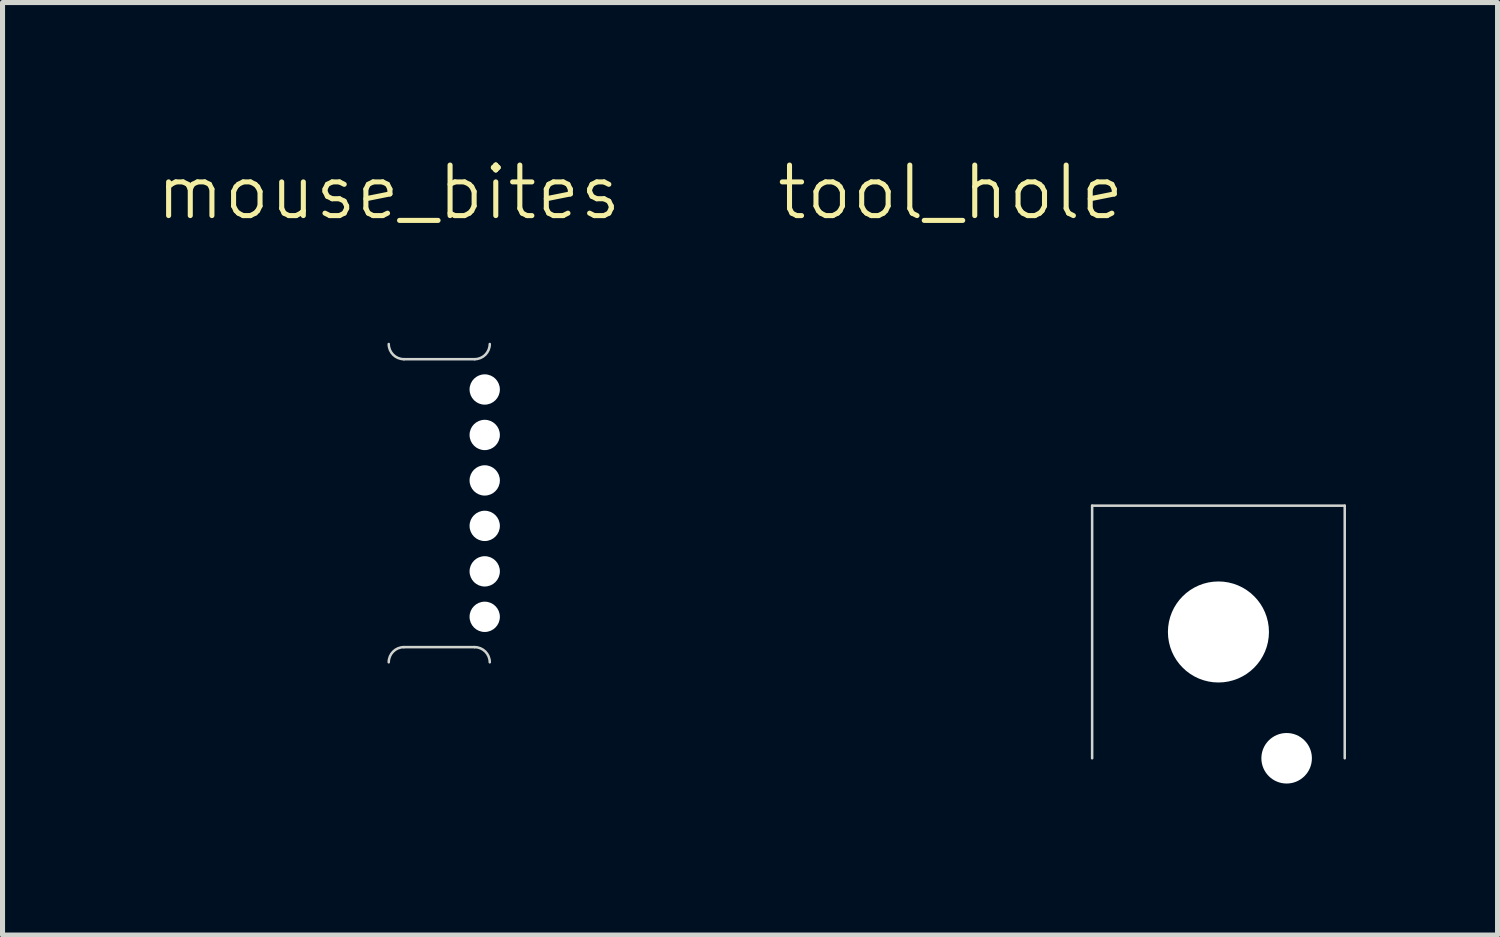
<source format=kicad_pcb>
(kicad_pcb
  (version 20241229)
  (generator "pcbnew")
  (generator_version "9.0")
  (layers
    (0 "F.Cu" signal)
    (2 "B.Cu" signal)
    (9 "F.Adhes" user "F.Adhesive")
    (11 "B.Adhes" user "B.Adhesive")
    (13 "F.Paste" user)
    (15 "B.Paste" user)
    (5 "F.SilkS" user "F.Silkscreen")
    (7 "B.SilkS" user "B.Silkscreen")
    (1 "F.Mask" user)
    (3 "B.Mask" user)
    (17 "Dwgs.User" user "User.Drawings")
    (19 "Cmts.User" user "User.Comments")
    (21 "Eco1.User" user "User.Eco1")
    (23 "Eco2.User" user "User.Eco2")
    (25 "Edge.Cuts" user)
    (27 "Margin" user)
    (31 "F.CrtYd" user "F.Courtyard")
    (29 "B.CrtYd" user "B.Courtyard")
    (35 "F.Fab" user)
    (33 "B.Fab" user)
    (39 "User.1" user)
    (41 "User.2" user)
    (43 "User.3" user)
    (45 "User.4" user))
  (footprint "mouse_bites"
    (layer "F.Cu")
    (at 4.645 3.76)
    (property "Reference" "mouse_bites" (at 0 -3 0) (unlocked yes) (layer "F.SilkS") (effects (font (size 1 1) (thickness 0.1))))
    (fp_line (start 1.7 0.3) (end 0.3 0.3) (stroke (width 0.05) (type default)) (layer "Edge.Cuts"))
    (fp_line (start 1.7 6) (end 0.3 6) (stroke (width 0.05) (type default)) (layer "Edge.Cuts"))
    (fp_arc (start 0 6.3) (mid 0.087868 6.087868) (end 0.3 6) (stroke (width 0.05) (type default)) (layer "Edge.Cuts"))
    (fp_arc (start 0.3 0.3) (mid 0.087867 0.212132) (end 0 0) (stroke (width 0.05) (type default)) (layer "Edge.Cuts"))
    (fp_arc (start 1.7 6) (mid 1.912132 6.087868) (end 2 6.3) (stroke (width 0.05) (type default)) (layer "Edge.Cuts"))
    (fp_arc (start 2 0) (mid 1.912132 0.212132) (end 1.7 0.3) (stroke (width 0.05) (type default)) (layer "Edge.Cuts"))
    (pad "" np_thru_hole circle (at 1.9 0.9) (size 0.6 0.6) (drill 0.6) (layers "*.Cu" "*.Mask"))
    (pad "" np_thru_hole circle (at 1.9 1.8) (size 0.6 0.6) (drill 0.6) (layers "*.Cu" "*.Mask"))
    (pad "" np_thru_hole circle (at 1.9 2.7) (size 0.6 0.6) (drill 0.6) (layers "*.Cu" "*.Mask"))
    (pad "" np_thru_hole circle (at 1.9 3.6) (size 0.6 0.6) (drill 0.6) (layers "*.Cu" "*.Mask"))
    (pad "" np_thru_hole circle (at 1.9 4.5) (size 0.6 0.6) (drill 0.6) (layers "*.Cu" "*.Mask"))
    (pad "" np_thru_hole circle (at 1.9 5.4) (size 0.6 0.6) (drill 0.6) (layers "*.Cu" "*.Mask")))
  (footprint "tool_hole"
    (layer "F.Cu")
    (at 18.569 6.96)
    (property "Reference" "tool_hole" (at -2.8 -6.2 0) (unlocked yes) (layer "F.SilkS") (effects (font (size 1 1) (thickness 0.1))))
    (fp_line (start 0 0) (end 0 5) (stroke (width 0.05) (type default)) (layer "Edge.Cuts"))
    (fp_line (start 5 0) (end 0 0) (stroke (width 0.05) (type default)) (layer "Edge.Cuts"))
    (fp_line (start 5 5) (end 5 0) (stroke (width 0.05) (type default)) (layer "Edge.Cuts"))
    (pad "" np_thru_hole circle (at 2.5 2.5) (size 2 2) (drill 2) (layers "*.Cu" "*.Mask"))
    (pad "" np_thru_hole circle (at 3.85 5) (size 1 1) (drill 1) (layers "*.Cu" "*.Mask")))
  (gr_rect
    (start -3 -3)
    (end 26.594 15.46)
    (stroke (width 0.1) (type default))
    (fill no)
    (layer "Edge.Cuts")))
</source>
